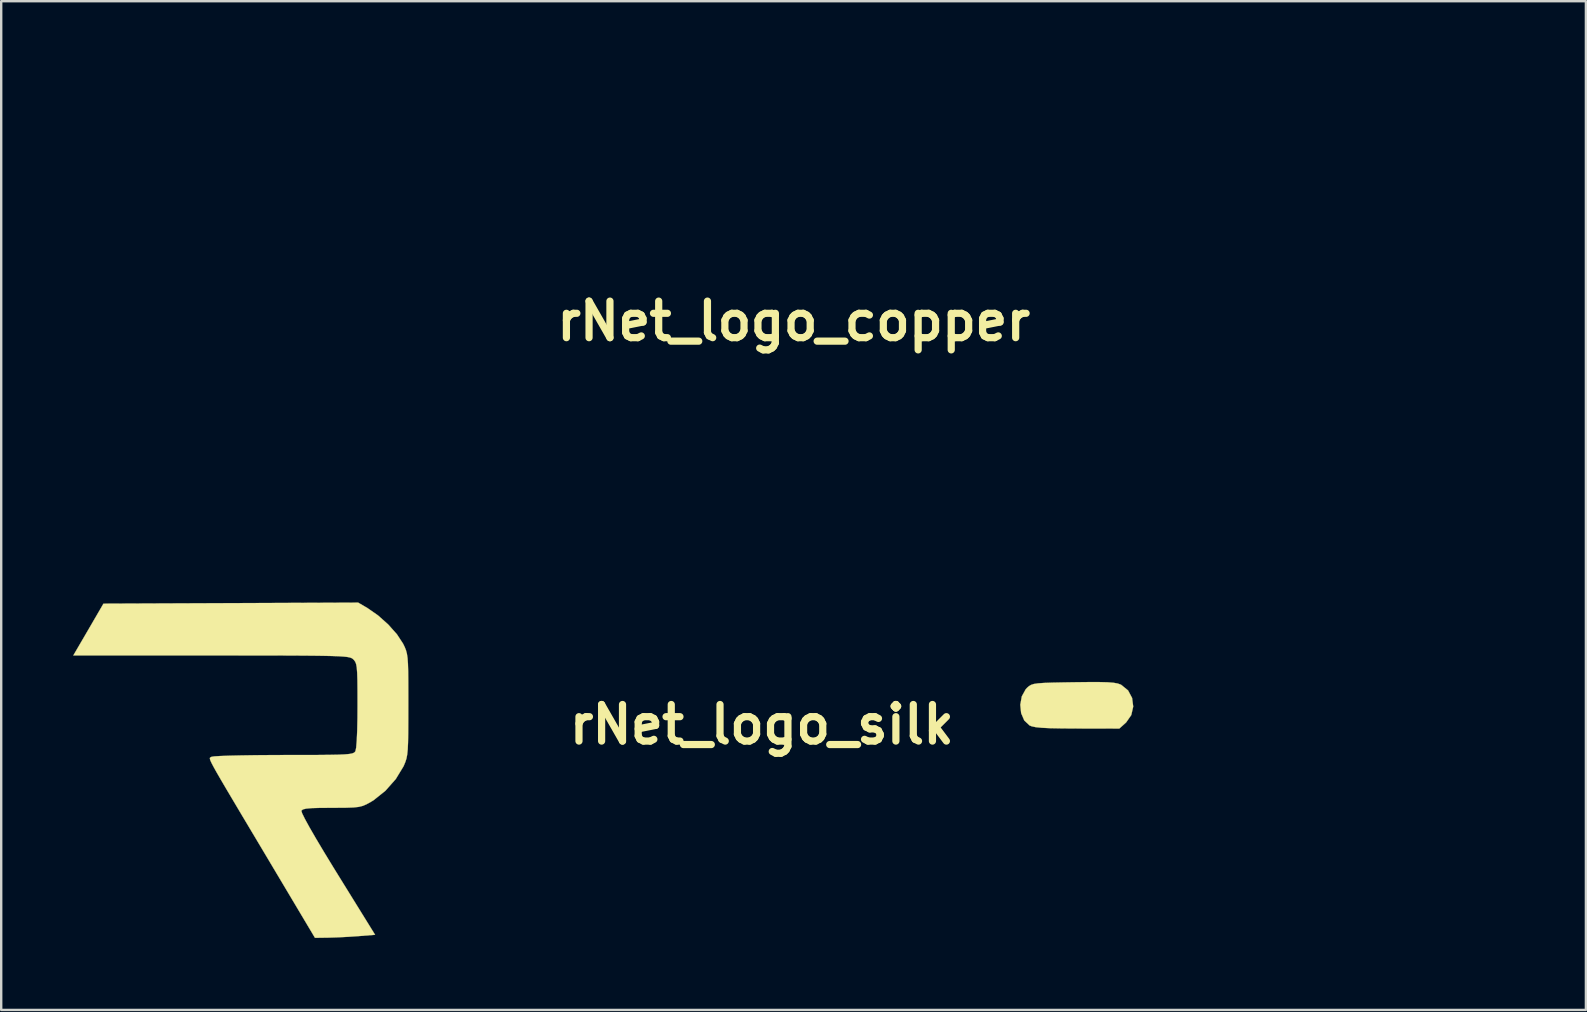
<source format=kicad_pcb>
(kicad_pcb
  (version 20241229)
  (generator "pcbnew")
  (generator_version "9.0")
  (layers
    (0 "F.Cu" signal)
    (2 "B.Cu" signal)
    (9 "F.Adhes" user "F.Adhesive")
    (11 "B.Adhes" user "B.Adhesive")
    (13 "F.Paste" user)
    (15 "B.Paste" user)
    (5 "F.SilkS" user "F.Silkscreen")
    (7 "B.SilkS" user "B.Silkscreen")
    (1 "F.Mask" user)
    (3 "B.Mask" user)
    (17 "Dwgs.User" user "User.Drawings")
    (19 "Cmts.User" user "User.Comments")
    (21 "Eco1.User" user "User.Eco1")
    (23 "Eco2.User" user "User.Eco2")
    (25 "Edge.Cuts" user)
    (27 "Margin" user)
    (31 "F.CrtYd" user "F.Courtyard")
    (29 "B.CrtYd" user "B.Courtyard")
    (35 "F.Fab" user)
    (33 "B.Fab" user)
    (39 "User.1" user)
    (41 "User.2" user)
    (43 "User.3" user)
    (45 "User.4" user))
  (footprint "rNet_logo_copper"
    (layer "F.Cu")
    (at 30.027 10.334)
    (property "Reference" "rNet_logo_copper" (at 0 0 0) (layer "F.SilkS") (effects (font (size 1.524 1.524) (thickness 0.3))))
    (attr through_hole)
    (fp_poly (pts (xy -26.548 -2.861) (xy -26.424 -2.851) (xy -26.416 -2.846) (xy -26.454 -2.762) (xy -26.557 -2.557) (xy -26.712 -2.259) (xy -26.903 -1.896) (xy -26.969 -1.774) (xy -27.521 -0.738) (xy -24.924 3.801) (xy -24.461 4.609) (xy -24.02 5.378) (xy -23.61 6.093) (xy -23.237 6.742) (xy -22.91 7.311) (xy -22.635 7.788) (xy -22.421 8.158) (xy -22.275 8.408) (xy -22.205 8.527) (xy -22.202 8.53) (xy -22.079 8.721) (xy -23.314 8.721) (xy -23.796 8.719) (xy -24.136 8.713) (xy -24.364 8.698) (xy -24.507 8.67) (xy -24.594 8.625) (xy -24.652 8.559) (xy -24.671 8.53) (xy -24.727 8.435) (xy -24.86 8.209) (xy -25.06 7.867) (xy -25.319 7.422) (xy -25.627 6.892) (xy -25.977 6.29) (xy -26.36 5.631) (xy -26.766 4.931) (xy -27.188 4.205) (xy -27.616 3.467) (xy -28.042 2.733) (xy -28.457 2.017) (xy -28.852 1.335) (xy -29.219 0.702) (xy -29.549 0.133) (xy -29.833 -0.358) (xy -30.022 -0.686) (xy -29.99 -0.772) (xy -29.881 -0.974) (xy -29.712 -1.265) (xy -29.498 -1.62) (xy -29.394 -1.787) (xy -28.737 -2.836) (xy -27.577 -2.86) (xy -27.156 -2.866) (xy -26.803 -2.866) (xy -26.548 -2.861)) (stroke (width 0.01) (type solid)) (fill yes) (layer "F.Mask"))
    (fp_poly (pts (xy -10.881 -5.579) (xy -10.414 -4.755) (xy -9.973 -3.973) (xy -9.564 -3.246) (xy -9.195 -2.587) (xy -8.873 -2.008) (xy -8.604 -1.521) (xy -8.396 -1.14) (xy -8.255 -0.877) (xy -8.19 -0.745) (xy -8.185 -0.732) (xy -8.227 -0.644) (xy -8.348 -0.422) (xy -8.539 -0.079) (xy -8.795 0.372) (xy -9.107 0.919) (xy -9.469 1.549) (xy -9.874 2.25) (xy -10.314 3.009) (xy -10.782 3.814) (xy -10.916 4.043) (xy -13.645 8.721) (xy -16.129 8.717) (xy -16.741 7.682) (xy -17.353 6.646) (xy -14.921 6.6) (xy -12.773 2.943) (xy -12.353 2.226) (xy -11.961 1.553) (xy -11.605 0.939) (xy -11.292 0.397) (xy -11.032 -0.059) (xy -10.832 -0.413) (xy -10.7 -0.654) (xy -10.645 -0.765) (xy -10.644 -0.771) (xy -10.688 -0.853) (xy -10.809 -1.068) (xy -10.998 -1.402) (xy -11.247 -1.839) (xy -11.548 -2.367) (xy -11.892 -2.97) (xy -12.273 -3.635) (xy -12.681 -4.346) (xy -12.757 -4.478) (xy -14.851 -8.128) (xy -25.723 -8.128) (xy -25.137 -9.173) (xy -24.552 -10.217) (xy -20.679 -10.273) (xy -19.812 -10.285) (xy -18.936 -10.296) (xy -18.078 -10.306) (xy -17.267 -10.315) (xy -16.529 -10.322) (xy -15.893 -10.326) (xy -15.385 -10.329) (xy -15.192 -10.329) (xy -13.578 -10.329) (xy -10.881 -5.579)) (stroke (width 0.01) (type solid)) (fill yes) (layer "F.Mask"))
    (fp_poly (pts (xy 12.736 -5.842) (xy 13.711 -5.842) (xy 14.532 -5.841) (xy 15.213 -5.838) (xy 15.768 -5.834) (xy 16.213 -5.827) (xy 16.561 -5.817) (xy 16.827 -5.804) (xy 17.027 -5.787) (xy 17.174 -5.766) (xy 17.283 -5.739) (xy 17.369 -5.707) (xy 17.428 -5.679) (xy 17.742 -5.437) (xy 17.914 -5.118) (xy 17.936 -4.749) (xy 17.821 -4.401) (xy 17.765 -4.295) (xy 17.705 -4.207) (xy 17.626 -4.134) (xy 17.514 -4.075) (xy 17.353 -4.029) (xy 17.128 -3.993) (xy 16.826 -3.965) (xy 16.43 -3.944) (xy 15.927 -3.929) (xy 15.3 -3.917) (xy 14.535 -3.906) (xy 13.618 -3.896) (xy 13.504 -3.895) (xy 9.694 -3.852) (xy 9.694 2.413) (xy 13.462 2.455) (xy 14.434 2.468) (xy 15.248 2.481) (xy 15.915 2.496) (xy 16.444 2.512) (xy 16.849 2.531) (xy 17.138 2.552) (xy 17.324 2.577) (xy 17.416 2.604) (xy 17.689 2.847) (xy 17.84 3.166) (xy 17.859 3.515) (xy 17.738 3.848) (xy 17.66 3.953) (xy 17.456 4.191) (xy 12.898 4.21) (xy 11.883 4.214) (xy 11.025 4.215) (xy 10.309 4.215) (xy 9.722 4.212) (xy 9.25 4.206) (xy 8.881 4.197) (xy 8.6 4.184) (xy 8.394 4.168) (xy 8.25 4.147) (xy 8.154 4.122) (xy 8.109 4.103) (xy 7.913 3.959) (xy 7.791 3.814) (xy 7.77 3.687) (xy 7.751 3.395) (xy 7.736 2.942) (xy 7.723 2.333) (xy 7.714 1.572) (xy 7.708 0.662) (xy 7.705 -0.391) (xy 7.705 -0.766) (xy 7.705 -5.185) (xy 8.362 -5.842) (xy 12.736 -5.842)) (stroke (width 0.01) (type solid)) (fill yes) (layer "F.Mask"))
    (fp_poly (pts (xy 24.11 -5.911) (xy 25.016 -5.908) (xy 29.545 -5.884) (xy 29.78 -5.65) (xy 29.916 -5.49) (xy 29.987 -5.319) (xy 30.012 -5.074) (xy 30.014 -4.911) (xy 30.001 -4.597) (xy 29.951 -4.394) (xy 29.847 -4.241) (xy 29.822 -4.215) (xy 29.752 -4.151) (xy 29.672 -4.103) (xy 29.557 -4.068) (xy 29.385 -4.042) (xy 29.133 -4.025) (xy 28.776 -4.013) (xy 28.292 -4.003) (xy 27.792 -3.996) (xy 27.118 -3.983) (xy 26.602 -3.965) (xy 26.234 -3.942) (xy 26.002 -3.912) (xy 25.897 -3.876) (xy 25.89 -3.869) (xy 25.877 -3.765) (xy 25.864 -3.51) (xy 25.853 -3.121) (xy 25.843 -2.616) (xy 25.835 -2.012) (xy 25.829 -1.327) (xy 25.826 -0.578) (xy 25.825 -0.023) (xy 25.823 3.723) (xy 25.59 3.983) (xy 25.311 4.188) (xy 24.965 4.292) (xy 24.62 4.279) (xy 24.511 4.242) (xy 24.319 4.12) (xy 24.194 4.005) (xy 24.16 3.955) (xy 24.13 3.88) (xy 24.106 3.765) (xy 24.087 3.595) (xy 24.071 3.354) (xy 24.059 3.029) (xy 24.049 2.604) (xy 24.041 2.065) (xy 24.035 1.396) (xy 24.029 0.582) (xy 24.025 -0.048) (xy 24.003 -3.937) (xy 22.225 -3.979) (xy 21.516 -4.001) (xy 20.969 -4.028) (xy 20.578 -4.062) (xy 20.336 -4.102) (xy 20.257 -4.13) (xy 20.039 -4.336) (xy 19.877 -4.637) (xy 19.812 -4.96) (xy 19.812 -4.97) (xy 19.873 -5.252) (xy 20.025 -5.546) (xy 20.226 -5.778) (xy 20.314 -5.839) (xy 20.426 -5.861) (xy 20.673 -5.88) (xy 21.06 -5.894) (xy 21.592 -5.904) (xy 22.275 -5.91) (xy 23.112 -5.913) (xy 24.11 -5.911)) (stroke (width 0.01) (type solid)) (fill yes) (layer "F.Mask"))
    (fp_poly (pts (xy 4.753 -5.876) (xy 4.95 -5.806) (xy 5.067 -5.757) (xy 5.167 -5.705) (xy 5.25 -5.637) (xy 5.318 -5.539) (xy 5.372 -5.399) (xy 5.415 -5.202) (xy 5.447 -4.935) (xy 5.471 -4.584) (xy 5.486 -4.137) (xy 5.496 -3.579) (xy 5.501 -2.897) (xy 5.503 -2.077) (xy 5.503 -1.106) (xy 5.503 -0.725) (xy 5.503 3.723) (xy 5.265 3.989) (xy 5.083 4.158) (xy 4.876 4.251) (xy 4.574 4.299) (xy 4.569 4.299) (xy 4.111 4.343) (xy 0.806 0.985) (xy 0.19 0.36) (xy -0.394 -0.228) (xy -0.932 -0.766) (xy -1.415 -1.245) (xy -1.83 -1.654) (xy -2.168 -1.981) (xy -2.417 -2.215) (xy -2.566 -2.347) (xy -2.603 -2.372) (xy -2.633 -2.337) (xy -2.656 -2.222) (xy -2.675 -2.015) (xy -2.689 -1.701) (xy -2.699 -1.269) (xy -2.705 -0.705) (xy -2.709 0.006) (xy -2.709 0.658) (xy -2.71 1.493) (xy -2.712 2.175) (xy -2.719 2.72) (xy -2.734 3.147) (xy -2.759 3.471) (xy -2.797 3.71) (xy -2.85 3.879) (xy -2.921 3.996) (xy -3.012 4.077) (xy -3.127 4.14) (xy -3.268 4.2) (xy -3.688 4.308) (xy -4.071 4.259) (xy -4.291 4.153) (xy -4.498 3.997) (xy -4.642 3.836) (xy -4.651 3.82) (xy -4.675 3.692) (xy -4.694 3.399) (xy -4.711 2.942) (xy -4.724 2.319) (xy -4.733 1.529) (xy -4.739 0.572) (xy -4.741 -0.553) (xy -4.741 -0.83) (xy -4.741 -1.815) (xy -4.74 -2.645) (xy -4.738 -3.334) (xy -4.735 -3.896) (xy -4.729 -4.345) (xy -4.72 -4.696) (xy -4.708 -4.962) (xy -4.692 -5.157) (xy -4.672 -5.296) (xy -4.648 -5.392) (xy -4.617 -5.46) (xy -4.581 -5.514) (xy -4.567 -5.532) (xy -4.292 -5.754) (xy -3.927 -5.866) (xy -3.521 -5.854) (xy -3.426 -5.832) (xy -3.234 -5.753) (xy -3.01 -5.602) (xy -2.73 -5.361) (xy -2.37 -5.01) (xy -2.326 -4.966) (xy -2.096 -4.732) (xy -1.765 -4.396) (xy -1.351 -3.975) (xy -0.872 -3.488) (xy -0.346 -2.953) (xy 0.21 -2.388) (xy 0.776 -1.811) (xy 0.918 -1.667) (xy 1.451 -1.128) (xy 1.949 -0.63) (xy 2.4 -0.186) (xy 2.79 0.193) (xy 3.108 0.494) (xy 3.34 0.704) (xy 3.473 0.812) (xy 3.498 0.823) (xy 3.526 0.769) (xy 3.548 0.62) (xy 3.563 0.365) (xy 3.573 -0.008) (xy 3.578 -0.513) (xy 3.577 -1.159) (xy 3.572 -1.96) (xy 3.57 -2.194) (xy 3.562 -3.041) (xy 3.56 -3.734) (xy 3.563 -4.292) (xy 3.575 -4.73) (xy 3.598 -5.065) (xy 3.632 -5.313) (xy 3.681 -5.492) (xy 3.746 -5.617) (xy 3.829 -5.705) (xy 3.931 -5.774) (xy 3.987 -5.804) (xy 4.357 -5.917) (xy 4.753 -5.876)) (stroke (width 0.01) (type solid)) (fill yes) (layer "F.Mask")))
  (footprint "rNet_logo_silk"
    (layer "F.Cu")
    (at 28.7 27.146)
    (property "Reference" "rNet_logo_silk" (at 0 0 0) (layer "F.SilkS") (effects (font (size 1.524 1.524) (thickness 0.3))))
    (attr through_hole)
    (fp_poly (pts (xy 14.067 -1.769) (xy 14.409 -1.76) (xy 14.653 -1.741) (xy 14.826 -1.711) (xy 14.95 -1.668) (xy 14.979 -1.654) (xy 15.265 -1.421) (xy 15.433 -1.105) (xy 15.479 -0.748) (xy 15.398 -0.394) (xy 15.184 -0.087) (xy 15.159 -0.064) (xy 14.899 0.169) (xy 13.143 0.166) (xy 12.513 0.162) (xy 12.03 0.153) (xy 11.674 0.136) (xy 11.421 0.111) (xy 11.251 0.075) (xy 11.158 0.038) (xy 10.938 -0.17) (xy 10.808 -0.474) (xy 10.773 -0.824) (xy 10.835 -1.172) (xy 10.998 -1.469) (xy 11.057 -1.532) (xy 11.136 -1.601) (xy 11.221 -1.652) (xy 11.338 -1.69) (xy 11.51 -1.716) (xy 11.763 -1.734) (xy 12.12 -1.746) (xy 12.606 -1.756) (xy 12.998 -1.762) (xy 13.605 -1.769) (xy 14.067 -1.769)) (stroke (width 0.01) (type solid)) (fill yes) (layer "F.SilkS"))
    (fp_poly (pts (xy -16.434 -4.853) (xy -15.995 -4.548) (xy -15.57 -4.169) (xy -15.208 -3.762) (xy -14.953 -3.373) (xy -14.946 -3.36) (xy -14.88 -3.224) (xy -14.83 -3.096) (xy -14.792 -2.955) (xy -14.765 -2.775) (xy -14.748 -2.534) (xy -14.738 -2.208) (xy -14.734 -1.773) (xy -14.733 -1.206) (xy -14.733 -0.809) (xy -14.734 -0.153) (xy -14.737 0.357) (xy -14.744 0.745) (xy -14.757 1.036) (xy -14.779 1.252) (xy -14.81 1.417) (xy -14.854 1.556) (xy -14.91 1.692) (xy -14.938 1.752) (xy -15.256 2.274) (xy -15.687 2.761) (xy -16.178 3.154) (xy -16.297 3.226) (xy -16.471 3.322) (xy -16.625 3.389) (xy -16.795 3.432) (xy -17.016 3.456) (xy -17.323 3.467) (xy -17.753 3.47) (xy -17.931 3.471) (xy -18.421 3.474) (xy -18.766 3.484) (xy -18.992 3.505) (xy -19.122 3.537) (xy -19.182 3.585) (xy -19.189 3.598) (xy -19.157 3.703) (xy -19.041 3.938) (xy -18.847 4.292) (xy -18.581 4.752) (xy -18.25 5.307) (xy -17.861 5.946) (xy -17.677 6.244) (xy -16.117 8.763) (xy -16.8 8.818) (xy -17.224 8.847) (xy -17.676 8.87) (xy -18.053 8.882) (xy -18.623 8.89) (xy -20.729 5.355) (xy -21.24 4.498) (xy -21.671 3.776) (xy -22.028 3.175) (xy -22.318 2.686) (xy -22.547 2.296) (xy -22.722 1.993) (xy -22.848 1.767) (xy -22.933 1.605) (xy -22.983 1.496) (xy -23.003 1.428) (xy -23.001 1.39) (xy -22.982 1.37) (xy -22.954 1.357) (xy -22.932 1.345) (xy -22.823 1.328) (xy -22.565 1.312) (xy -22.178 1.298) (xy -21.684 1.287) (xy -21.101 1.278) (xy -20.452 1.273) (xy -19.921 1.271) (xy -19.143 1.271) (xy -18.518 1.269) (xy -18.028 1.264) (xy -17.655 1.257) (xy -17.383 1.245) (xy -17.194 1.228) (xy -17.072 1.205) (xy -16.998 1.176) (xy -16.956 1.138) (xy -16.936 1.106) (xy -16.906 0.965) (xy -16.882 0.675) (xy -16.863 0.258) (xy -16.852 -0.267) (xy -16.849 -0.799) (xy -16.85 -1.387) (xy -16.854 -1.83) (xy -16.864 -2.151) (xy -16.881 -2.373) (xy -16.908 -2.522) (xy -16.947 -2.619) (xy -16.999 -2.69) (xy -17.018 -2.709) (xy -17.055 -2.742) (xy -17.102 -2.771) (xy -17.173 -2.795) (xy -17.278 -2.816) (xy -17.431 -2.832) (xy -17.644 -2.846) (xy -17.928 -2.856) (xy -18.296 -2.864) (xy -18.76 -2.87) (xy -19.333 -2.874) (xy -20.026 -2.877) (xy -20.852 -2.878) (xy -21.823 -2.879) (xy -22.941 -2.879) (xy -28.695 -2.879) (xy -28.066 -3.958) (xy -27.438 -5.038) (xy -22.13 -5.059) (xy -16.823 -5.081) (xy -16.434 -4.853)) (stroke (width 0.01) (type solid)) (fill yes) (layer "F.SilkS")))
  (gr_rect
    (start -3 -3)
    (end 63.046 39.041)
    (stroke (width 0.1) (type default))
    (fill no)
    (layer "Edge.Cuts")))
</source>
